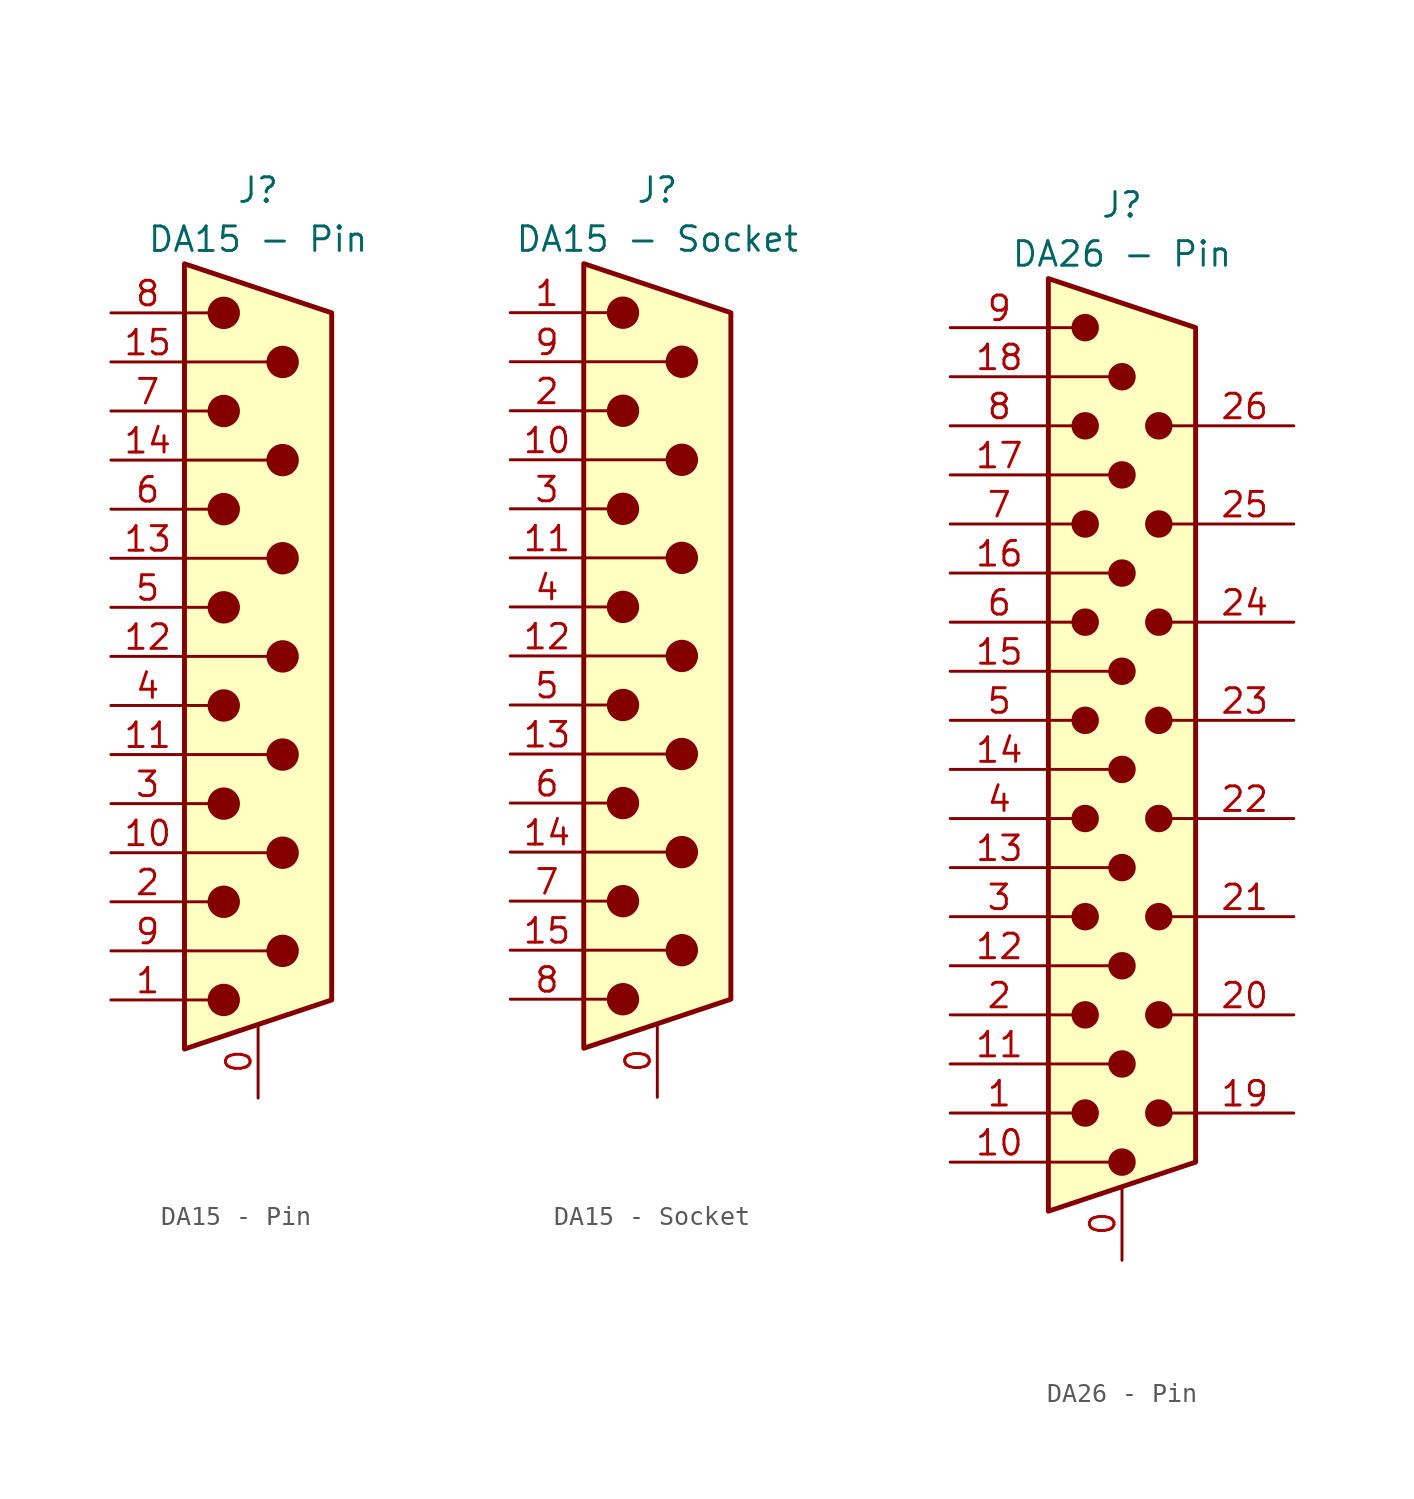
<source format=kicad_sym>
(kicad_symbol_lib
  (version 20211014)
  (generator kicad_symbol_editor)
  (symbol "DA15 - Pin"
    (pin_names
      (offset 1.016) hide)
    (property "Reference" "J"
      (at 0 24.13 0)
      (effects (font (size 1.27 1.27))))
    (property "Value" "DA15 - Pin"
      (at 0 21.59 0)
      (effects (font (size 1.27 1.27))))
    (symbol "DA15 - Pin_0_1"
      (circle (center -1.778 -17.78) (radius 0.762) (stroke (width 0) (type default) (color 0 0 0 0)) (fill (type outline)))
      (circle (center -1.778 -12.7) (radius 0.762) (stroke (width 0) (type default) (color 0 0 0 0)) (fill (type outline)))
      (circle (center -1.778 -7.62) (radius 0.762) (stroke (width 0) (type default) (color 0 0 0 0)) (fill (type outline)))
      (circle (center -1.778 -2.54) (radius 0.762) (stroke (width 0) (type default) (color 0 0 0 0)) (fill (type outline)))
      (circle (center -1.778 2.54) (radius 0.762) (stroke (width 0) (type default) (color 0 0 0 0)) (fill (type outline)))
      (circle (center -1.778 7.62) (radius 0.762) (stroke (width 0) (type default) (color 0 0 0 0)) (fill (type outline)))
      (circle (center -1.778 12.7) (radius 0.762) (stroke (width 0) (type default) (color 0 0 0 0)) (fill (type outline)))
      (circle (center -1.778 17.78) (radius 0.762) (stroke (width 0) (type default) (color 0 0 0 0)) (fill (type outline)))
      (polyline (pts (xy -3.81 -17.78) (xy -1.27 -17.78)) (stroke (width 0) (type default) (color 0 0 0 0)) (fill (type none)))
      (polyline (pts (xy -3.81 -15.24) (xy 1.27 -15.24)) (stroke (width 0) (type default) (color 0 0 0 0)) (fill (type none)))
      (polyline (pts (xy -3.81 -12.7) (xy -1.27 -12.7)) (stroke (width 0) (type default) (color 0 0 0 0)) (fill (type none)))
      (polyline (pts (xy -3.81 -10.16) (xy 1.27 -10.16)) (stroke (width 0) (type default) (color 0 0 0 0)) (fill (type none)))
      (polyline (pts (xy -3.81 -7.62) (xy -1.27 -7.62)) (stroke (width 0) (type default) (color 0 0 0 0)) (fill (type none)))
      (polyline (pts (xy -3.81 -5.08) (xy 1.27 -5.08)) (stroke (width 0) (type default) (color 0 0 0 0)) (fill (type none)))
      (polyline (pts (xy -3.81 -2.54) (xy -1.27 -2.54)) (stroke (width 0) (type default) (color 0 0 0 0)) (fill (type none)))
      (polyline (pts (xy -3.81 0) (xy 1.27 0)) (stroke (width 0) (type default) (color 0 0 0 0)) (fill (type none)))
      (polyline (pts (xy -3.81 2.54) (xy -1.27 2.54)) (stroke (width 0) (type default) (color 0 0 0 0)) (fill (type none)))
      (polyline (pts (xy -3.81 5.08) (xy 1.27 5.08)) (stroke (width 0) (type default) (color 0 0 0 0)) (fill (type none)))
      (polyline (pts (xy -3.81 7.62) (xy -1.27 7.62)) (stroke (width 0) (type default) (color 0 0 0 0)) (fill (type none)))
      (polyline (pts (xy -3.81 10.16) (xy 1.27 10.16)) (stroke (width 0) (type default) (color 0 0 0 0)) (fill (type none)))
      (polyline (pts (xy -3.81 12.7) (xy -1.27 12.7)) (stroke (width 0) (type default) (color 0 0 0 0)) (fill (type none)))
      (polyline (pts (xy -3.81 15.24) (xy 1.27 15.24)) (stroke (width 0) (type default) (color 0 0 0 0)) (fill (type none)))
      (polyline (pts (xy -3.81 17.78) (xy -1.27 17.78)) (stroke (width 0) (type default) (color 0 0 0 0)) (fill (type none)))
      (polyline (pts (xy -3.81 20.32) (xy -3.81 -20.32) (xy 3.81 -17.78) (xy 3.81 17.78) (xy -3.81 20.32)) (stroke (width 0.254) (type default) (color 0 0 0 0)) (fill (type background)))
      (circle (center 1.27 -15.24) (radius 0.762) (stroke (width 0) (type default) (color 0 0 0 0)) (fill (type outline)))
      (circle (center 1.27 -10.16) (radius 0.762) (stroke (width 0) (type default) (color 0 0 0 0)) (fill (type outline)))
      (circle (center 1.27 -5.08) (radius 0.762) (stroke (width 0) (type default) (color 0 0 0 0)) (fill (type outline)))
      (circle (center 1.27 0) (radius 0.762) (stroke (width 0) (type default) (color 0 0 0 0)) (fill (type outline)))
      (circle (center 1.27 5.08) (radius 0.762) (stroke (width 0) (type default) (color 0 0 0 0)) (fill (type outline)))
      (circle (center 1.27 10.16) (radius 0.762) (stroke (width 0) (type default) (color 0 0 0 0)) (fill (type outline)))
      (circle (center 1.27 15.24) (radius 0.762) (stroke (width 0) (type default) (color 0 0 0 0)) (fill (type outline))))
    (symbol "DA15 - Pin_1_1"
      (pin passive line (at 0 -22.86 90) (length 3.81) (name "0" (effects (font (size 1.27 1.27)))) (number "0" (effects (font (size 1.27 1.27)))))
      (pin passive line (at -7.62 -17.78 0) (length 3.81) (name "1" (effects (font (size 1.27 1.27)))) (number "1" (effects (font (size 1.27 1.27)))))
      (pin passive line (at -7.62 -10.16 0) (length 3.81) (name "10" (effects (font (size 1.27 1.27)))) (number "10" (effects (font (size 1.27 1.27)))))
      (pin passive line (at -7.62 -5.08 0) (length 3.81) (name "11" (effects (font (size 1.27 1.27)))) (number "11" (effects (font (size 1.27 1.27)))))
      (pin passive line (at -7.62 0 0) (length 3.81) (name "12" (effects (font (size 1.27 1.27)))) (number "12" (effects (font (size 1.27 1.27)))))
      (pin passive line (at -7.62 5.08 0) (length 3.81) (name "13" (effects (font (size 1.27 1.27)))) (number "13" (effects (font (size 1.27 1.27)))))
      (pin passive line (at -7.62 10.16 0) (length 3.81) (name "14" (effects (font (size 1.27 1.27)))) (number "14" (effects (font (size 1.27 1.27)))))
      (pin passive line (at -7.62 15.24 0) (length 3.81) (name "15" (effects (font (size 1.27 1.27)))) (number "15" (effects (font (size 1.27 1.27)))))
      (pin passive line (at -7.62 -12.7 0) (length 3.81) (name "2" (effects (font (size 1.27 1.27)))) (number "2" (effects (font (size 1.27 1.27)))))
      (pin passive line (at -7.62 -7.62 0) (length 3.81) (name "3" (effects (font (size 1.27 1.27)))) (number "3" (effects (font (size 1.27 1.27)))))
      (pin passive line (at -7.62 -2.54 0) (length 3.81) (name "4" (effects (font (size 1.27 1.27)))) (number "4" (effects (font (size 1.27 1.27)))))
      (pin passive line (at -7.62 2.54 0) (length 3.81) (name "5" (effects (font (size 1.27 1.27)))) (number "5" (effects (font (size 1.27 1.27)))))
      (pin passive line (at -7.62 7.62 0) (length 3.81) (name "6" (effects (font (size 1.27 1.27)))) (number "6" (effects (font (size 1.27 1.27)))))
      (pin passive line (at -7.62 12.7 0) (length 3.81) (name "7" (effects (font (size 1.27 1.27)))) (number "7" (effects (font (size 1.27 1.27)))))
      (pin passive line (at -7.62 17.78 0) (length 3.81) (name "8" (effects (font (size 1.27 1.27)))) (number "8" (effects (font (size 1.27 1.27)))))
      (pin passive line (at -7.62 -15.24 0) (length 3.81) (name "9" (effects (font (size 1.27 1.27)))) (number "9" (effects (font (size 1.27 1.27)))))))
  (symbol "DA15 - Socket"
    (pin_names
      (offset 1.016) hide)
    (property "Reference" "J"
      (at 0 24.13 0)
      (effects (font (size 1.27 1.27))))
    (property "Value" "DA15 - Socket"
      (at 0 21.59 0)
      (effects (font (size 1.27 1.27))))
    (symbol "DA15 - Socket_0_1"
      (circle (center -1.778 -17.78) (radius 0.762) (stroke (width 0) (type default) (color 0 0 0 0)) (fill (type outline)))
      (circle (center -1.778 -12.7) (radius 0.762) (stroke (width 0) (type default) (color 0 0 0 0)) (fill (type outline)))
      (circle (center -1.778 -7.62) (radius 0.762) (stroke (width 0) (type default) (color 0 0 0 0)) (fill (type outline)))
      (circle (center -1.778 -2.54) (radius 0.762) (stroke (width 0) (type default) (color 0 0 0 0)) (fill (type outline)))
      (circle (center -1.778 2.54) (radius 0.762) (stroke (width 0) (type default) (color 0 0 0 0)) (fill (type outline)))
      (circle (center -1.778 7.62) (radius 0.762) (stroke (width 0) (type default) (color 0 0 0 0)) (fill (type outline)))
      (circle (center -1.778 12.7) (radius 0.762) (stroke (width 0) (type default) (color 0 0 0 0)) (fill (type outline)))
      (circle (center -1.778 17.78) (radius 0.762) (stroke (width 0) (type default) (color 0 0 0 0)) (fill (type outline)))
      (polyline (pts (xy -3.81 -17.78) (xy -1.27 -17.78)) (stroke (width 0) (type default) (color 0 0 0 0)) (fill (type none)))
      (polyline (pts (xy -3.81 -15.24) (xy 1.27 -15.24)) (stroke (width 0) (type default) (color 0 0 0 0)) (fill (type none)))
      (polyline (pts (xy -3.81 -12.7) (xy -1.27 -12.7)) (stroke (width 0) (type default) (color 0 0 0 0)) (fill (type none)))
      (polyline (pts (xy -3.81 -10.16) (xy 1.27 -10.16)) (stroke (width 0) (type default) (color 0 0 0 0)) (fill (type none)))
      (polyline (pts (xy -3.81 -7.62) (xy -1.27 -7.62)) (stroke (width 0) (type default) (color 0 0 0 0)) (fill (type none)))
      (polyline (pts (xy -3.81 -5.08) (xy 1.27 -5.08)) (stroke (width 0) (type default) (color 0 0 0 0)) (fill (type none)))
      (polyline (pts (xy -3.81 -2.54) (xy -1.27 -2.54)) (stroke (width 0) (type default) (color 0 0 0 0)) (fill (type none)))
      (polyline (pts (xy -3.81 0) (xy 1.27 0)) (stroke (width 0) (type default) (color 0 0 0 0)) (fill (type none)))
      (polyline (pts (xy -3.81 2.54) (xy -1.27 2.54)) (stroke (width 0) (type default) (color 0 0 0 0)) (fill (type none)))
      (polyline (pts (xy -3.81 5.08) (xy 1.27 5.08)) (stroke (width 0) (type default) (color 0 0 0 0)) (fill (type none)))
      (polyline (pts (xy -3.81 7.62) (xy -1.27 7.62)) (stroke (width 0) (type default) (color 0 0 0 0)) (fill (type none)))
      (polyline (pts (xy -3.81 10.16) (xy 1.27 10.16)) (stroke (width 0) (type default) (color 0 0 0 0)) (fill (type none)))
      (polyline (pts (xy -3.81 12.7) (xy -1.27 12.7)) (stroke (width 0) (type default) (color 0 0 0 0)) (fill (type none)))
      (polyline (pts (xy -3.81 15.24) (xy 1.27 15.24)) (stroke (width 0) (type default) (color 0 0 0 0)) (fill (type none)))
      (polyline (pts (xy -3.81 17.78) (xy -1.27 17.78)) (stroke (width 0) (type default) (color 0 0 0 0)) (fill (type none)))
      (polyline (pts (xy -3.81 20.32) (xy -3.81 -20.32) (xy 3.81 -17.78) (xy 3.81 17.78) (xy -3.81 20.32)) (stroke (width 0.254) (type default) (color 0 0 0 0)) (fill (type background)))
      (circle (center 1.27 -15.24) (radius 0.762) (stroke (width 0) (type default) (color 0 0 0 0)) (fill (type outline)))
      (circle (center 1.27 -10.16) (radius 0.762) (stroke (width 0) (type default) (color 0 0 0 0)) (fill (type outline)))
      (circle (center 1.27 -5.08) (radius 0.762) (stroke (width 0) (type default) (color 0 0 0 0)) (fill (type outline)))
      (circle (center 1.27 0) (radius 0.762) (stroke (width 0) (type default) (color 0 0 0 0)) (fill (type outline)))
      (circle (center 1.27 5.08) (radius 0.762) (stroke (width 0) (type default) (color 0 0 0 0)) (fill (type outline)))
      (circle (center 1.27 10.16) (radius 0.762) (stroke (width 0) (type default) (color 0 0 0 0)) (fill (type outline)))
      (circle (center 1.27 15.24) (radius 0.762) (stroke (width 0) (type default) (color 0 0 0 0)) (fill (type outline))))
    (symbol "DA15 - Socket_1_1"
      (pin passive line (at 0 -22.86 90) (length 3.81) (name "0" (effects (font (size 1.27 1.27)))) (number "0" (effects (font (size 1.27 1.27)))))
      (pin passive line (at -7.62 17.78 0) (length 3.81) (name "1" (effects (font (size 1.27 1.27)))) (number "1" (effects (font (size 1.27 1.27)))))
      (pin passive line (at -7.62 10.16 0) (length 3.81) (name "10" (effects (font (size 1.27 1.27)))) (number "10" (effects (font (size 1.27 1.27)))))
      (pin passive line (at -7.62 5.08 0) (length 3.81) (name "11" (effects (font (size 1.27 1.27)))) (number "11" (effects (font (size 1.27 1.27)))))
      (pin passive line (at -7.62 0 0) (length 3.81) (name "12" (effects (font (size 1.27 1.27)))) (number "12" (effects (font (size 1.27 1.27)))))
      (pin passive line (at -7.62 -5.08 0) (length 3.81) (name "13" (effects (font (size 1.27 1.27)))) (number "13" (effects (font (size 1.27 1.27)))))
      (pin passive line (at -7.62 -10.16 0) (length 3.81) (name "14" (effects (font (size 1.27 1.27)))) (number "14" (effects (font (size 1.27 1.27)))))
      (pin passive line (at -7.62 -15.24 0) (length 3.81) (name "15" (effects (font (size 1.27 1.27)))) (number "15" (effects (font (size 1.27 1.27)))))
      (pin passive line (at -7.62 12.7 0) (length 3.81) (name "2" (effects (font (size 1.27 1.27)))) (number "2" (effects (font (size 1.27 1.27)))))
      (pin passive line (at -7.62 7.62 0) (length 3.81) (name "3" (effects (font (size 1.27 1.27)))) (number "3" (effects (font (size 1.27 1.27)))))
      (pin passive line (at -7.62 2.54 0) (length 3.81) (name "4" (effects (font (size 1.27 1.27)))) (number "4" (effects (font (size 1.27 1.27)))))
      (pin passive line (at -7.62 -2.54 0) (length 3.81) (name "5" (effects (font (size 1.27 1.27)))) (number "5" (effects (font (size 1.27 1.27)))))
      (pin passive line (at -7.62 -7.62 0) (length 3.81) (name "6" (effects (font (size 1.27 1.27)))) (number "6" (effects (font (size 1.27 1.27)))))
      (pin passive line (at -7.62 -12.7 0) (length 3.81) (name "7" (effects (font (size 1.27 1.27)))) (number "7" (effects (font (size 1.27 1.27)))))
      (pin passive line (at -7.62 -17.78 0) (length 3.81) (name "8" (effects (font (size 1.27 1.27)))) (number "8" (effects (font (size 1.27 1.27)))))
      (pin passive line (at -7.62 15.24 0) (length 3.81) (name "9" (effects (font (size 1.27 1.27)))) (number "9" (effects (font (size 1.27 1.27)))))))
  (symbol "DA26 - Pin"
    (pin_names
      (offset 1.016) hide)
    (property "Reference" "J"
      (at 0 26.67 0)
      (effects (font (size 1.27 1.27))))
    (property "Value" "DA26 - Pin"
      (at 0 24.13 0)
      (effects (font (size 1.27 1.27))))
    (symbol "DA26 - Pin_0_1"
      (circle (center -1.905 -20.32) (radius 0.635) (stroke (width 0) (type default) (color 0 0 0 0)) (fill (type outline)))
      (circle (center -1.905 -15.24) (radius 0.635) (stroke (width 0) (type default) (color 0 0 0 0)) (fill (type outline)))
      (circle (center -1.905 -10.16) (radius 0.635) (stroke (width 0) (type default) (color 0 0 0 0)) (fill (type outline)))
      (circle (center -1.905 -5.08) (radius 0.635) (stroke (width 0) (type default) (color 0 0 0 0)) (fill (type outline)))
      (circle (center -1.905 0) (radius 0.635) (stroke (width 0) (type default) (color 0 0 0 0)) (fill (type outline)))
      (circle (center -1.905 5.08) (radius 0.635) (stroke (width 0) (type default) (color 0 0 0 0)) (fill (type outline)))
      (circle (center -1.905 10.16) (radius 0.635) (stroke (width 0) (type default) (color 0 0 0 0)) (fill (type outline)))
      (circle (center -1.905 15.24) (radius 0.635) (stroke (width 0) (type default) (color 0 0 0 0)) (fill (type outline)))
      (circle (center -1.905 20.32) (radius 0.635) (stroke (width 0) (type default) (color 0 0 0 0)) (fill (type outline)))
      (circle (center 0 -22.86) (radius 0.635) (stroke (width 0) (type default) (color 0 0 0 0)) (fill (type outline)))
      (circle (center 0 -17.78) (radius 0.635) (stroke (width 0) (type default) (color 0 0 0 0)) (fill (type outline)))
      (circle (center 0 -12.7) (radius 0.635) (stroke (width 0) (type default) (color 0 0 0 0)) (fill (type outline)))
      (circle (center 0 -7.62) (radius 0.635) (stroke (width 0) (type default) (color 0 0 0 0)) (fill (type outline)))
      (circle (center 0 -2.54) (radius 0.635) (stroke (width 0) (type default) (color 0 0 0 0)) (fill (type outline)))
      (polyline (pts (xy -2.54 -20.32) (xy -3.81 -20.32)) (stroke (width 0) (type default) (color 0 0 0 0)) (fill (type none)))
      (polyline (pts (xy -2.54 -15.24) (xy -3.81 -15.24)) (stroke (width 0) (type default) (color 0 0 0 0)) (fill (type none)))
      (polyline (pts (xy -2.54 -10.16) (xy -3.81 -10.16)) (stroke (width 0) (type default) (color 0 0 0 0)) (fill (type none)))
      (polyline (pts (xy -2.54 -5.08) (xy -3.81 -5.08)) (stroke (width 0) (type default) (color 0 0 0 0)) (fill (type none)))
      (polyline (pts (xy -2.54 0) (xy -3.81 0)) (stroke (width 0) (type default) (color 0 0 0 0)) (fill (type none)))
      (polyline (pts (xy -2.54 5.08) (xy -3.81 5.08)) (stroke (width 0) (type default) (color 0 0 0 0)) (fill (type none)))
      (polyline (pts (xy -2.54 10.16) (xy -3.81 10.16)) (stroke (width 0) (type default) (color 0 0 0 0)) (fill (type none)))
      (polyline (pts (xy -2.54 15.24) (xy -3.81 15.24)) (stroke (width 0) (type default) (color 0 0 0 0)) (fill (type none)))
      (polyline (pts (xy -2.54 20.32) (xy -3.81 20.32)) (stroke (width 0) (type default) (color 0 0 0 0)) (fill (type none)))
      (polyline (pts (xy 0 -22.86) (xy -3.81 -22.86)) (stroke (width 0) (type default) (color 0 0 0 0)) (fill (type none)))
      (polyline (pts (xy 0 -17.78) (xy -3.81 -17.78)) (stroke (width 0) (type default) (color 0 0 0 0)) (fill (type none)))
      (polyline (pts (xy 0 -12.7) (xy -3.81 -12.7)) (stroke (width 0) (type default) (color 0 0 0 0)) (fill (type none)))
      (polyline (pts (xy 0 -7.62) (xy -3.81 -7.62)) (stroke (width 0) (type default) (color 0 0 0 0)) (fill (type none)))
      (polyline (pts (xy 0 -2.54) (xy -3.81 -2.54)) (stroke (width 0) (type default) (color 0 0 0 0)) (fill (type none)))
      (polyline (pts (xy 0 2.54) (xy -3.81 2.54)) (stroke (width 0) (type default) (color 0 0 0 0)) (fill (type none)))
      (polyline (pts (xy 0 7.62) (xy -3.81 7.62)) (stroke (width 0) (type default) (color 0 0 0 0)) (fill (type none)))
      (polyline (pts (xy 0 12.7) (xy -3.81 12.7)) (stroke (width 0) (type default) (color 0 0 0 0)) (fill (type none)))
      (polyline (pts (xy 0 17.78) (xy -3.81 17.78)) (stroke (width 0) (type default) (color 0 0 0 0)) (fill (type none)))
      (polyline (pts (xy 3.81 -20.32) (xy 2.54 -20.32)) (stroke (width 0) (type default) (color 0 0 0 0)) (fill (type none)))
      (polyline (pts (xy 3.81 -15.24) (xy 2.54 -15.24)) (stroke (width 0) (type default) (color 0 0 0 0)) (fill (type none)))
      (polyline (pts (xy 3.81 -10.16) (xy 2.54 -10.16)) (stroke (width 0) (type default) (color 0 0 0 0)) (fill (type none)))
      (polyline (pts (xy 3.81 -5.08) (xy 2.54 -5.08)) (stroke (width 0) (type default) (color 0 0 0 0)) (fill (type none)))
      (polyline (pts (xy 3.81 0) (xy 2.54 0)) (stroke (width 0) (type default) (color 0 0 0 0)) (fill (type none)))
      (polyline (pts (xy 3.81 5.08) (xy 2.54 5.08)) (stroke (width 0) (type default) (color 0 0 0 0)) (fill (type none)))
      (polyline (pts (xy 3.81 10.16) (xy 2.54 10.16)) (stroke (width 0) (type default) (color 0 0 0 0)) (fill (type none)))
      (polyline (pts (xy 3.81 15.24) (xy 2.54 15.24)) (stroke (width 0) (type default) (color 0 0 0 0)) (fill (type none)))
      (polyline (pts (xy -3.81 22.86) (xy -3.81 -25.4) (xy 3.81 -22.86) (xy 3.81 20.32) (xy -3.81 22.86)) (stroke (width 0.254) (type default) (color 0 0 0 0)) (fill (type background)))
      (circle (center 0 2.54) (radius 0.635) (stroke (width 0) (type default) (color 0 0 0 0)) (fill (type outline)))
      (circle (center 0 7.62) (radius 0.635) (stroke (width 0) (type default) (color 0 0 0 0)) (fill (type outline)))
      (circle (center 0 12.7) (radius 0.635) (stroke (width 0) (type default) (color 0 0 0 0)) (fill (type outline)))
      (circle (center 0 17.78) (radius 0.635) (stroke (width 0) (type default) (color 0 0 0 0)) (fill (type outline)))
      (circle (center 1.905 -20.32) (radius 0.635) (stroke (width 0) (type default) (color 0 0 0 0)) (fill (type outline)))
      (circle (center 1.905 -15.24) (radius 0.635) (stroke (width 0) (type default) (color 0 0 0 0)) (fill (type outline)))
      (circle (center 1.905 -10.16) (radius 0.635) (stroke (width 0) (type default) (color 0 0 0 0)) (fill (type outline)))
      (circle (center 1.905 -5.08) (radius 0.635) (stroke (width 0) (type default) (color 0 0 0 0)) (fill (type outline)))
      (circle (center 1.905 0) (radius 0.635) (stroke (width 0) (type default) (color 0 0 0 0)) (fill (type outline)))
      (circle (center 1.905 5.08) (radius 0.635) (stroke (width 0) (type default) (color 0 0 0 0)) (fill (type outline)))
      (circle (center 1.905 10.16) (radius 0.635) (stroke (width 0) (type default) (color 0 0 0 0)) (fill (type outline)))
      (circle (center 1.905 15.24) (radius 0.635) (stroke (width 0) (type default) (color 0 0 0 0)) (fill (type outline))))
    (symbol "DA26 - Pin_1_1"
      (pin passive line (at 0 -27.94 90) (length 3.81) (name "0" (effects (font (size 1.27 1.27)))) (number "0" (effects (font (size 1.27 1.27)))))
      (pin passive line (at -8.89 -20.32 0) (length 5.08) (name "1" (effects (font (size 1.27 1.27)))) (number "1" (effects (font (size 1.27 1.27)))))
      (pin passive line (at -8.89 -22.86 0) (length 5.08) (name "10" (effects (font (size 1.27 1.27)))) (number "10" (effects (font (size 1.27 1.27)))))
      (pin passive line (at -8.89 -17.78 0) (length 5.08) (name "11" (effects (font (size 1.27 1.27)))) (number "11" (effects (font (size 1.27 1.27)))))
      (pin passive line (at -8.89 -12.7 0) (length 5.08) (name "12" (effects (font (size 1.27 1.27)))) (number "12" (effects (font (size 1.27 1.27)))))
      (pin passive line (at -8.89 -7.62 0) (length 5.08) (name "13" (effects (font (size 1.27 1.27)))) (number "13" (effects (font (size 1.27 1.27)))))
      (pin passive line (at -8.89 -2.54 0) (length 5.08) (name "14" (effects (font (size 1.27 1.27)))) (number "14" (effects (font (size 1.27 1.27)))))
      (pin passive line (at -8.89 2.54 0) (length 5.08) (name "15" (effects (font (size 1.27 1.27)))) (number "15" (effects (font (size 1.27 1.27)))))
      (pin passive line (at -8.89 7.62 0) (length 5.08) (name "16" (effects (font (size 1.27 1.27)))) (number "16" (effects (font (size 1.27 1.27)))))
      (pin passive line (at -8.89 12.7 0) (length 5.08) (name "17" (effects (font (size 1.27 1.27)))) (number "17" (effects (font (size 1.27 1.27)))))
      (pin passive line (at -8.89 17.78 0) (length 5.08) (name "18" (effects (font (size 1.27 1.27)))) (number "18" (effects (font (size 1.27 1.27)))))
      (pin passive line (at 8.89 -20.32 180) (length 5.08) (name "19" (effects (font (size 1.27 1.27)))) (number "19" (effects (font (size 1.27 1.27)))))
      (pin passive line (at -8.89 -15.24 0) (length 5.08) (name "2" (effects (font (size 1.27 1.27)))) (number "2" (effects (font (size 1.27 1.27)))))
      (pin passive line (at 8.89 -15.24 180) (length 5.08) (name "20" (effects (font (size 1.27 1.27)))) (number "20" (effects (font (size 1.27 1.27)))))
      (pin passive line (at 8.89 -10.16 180) (length 5.08) (name "21" (effects (font (size 1.27 1.27)))) (number "21" (effects (font (size 1.27 1.27)))))
      (pin passive line (at 8.89 -5.08 180) (length 5.08) (name "22" (effects (font (size 1.27 1.27)))) (number "22" (effects (font (size 1.27 1.27)))))
      (pin passive line (at 8.89 0 180) (length 5.08) (name "23" (effects (font (size 1.27 1.27)))) (number "23" (effects (font (size 1.27 1.27)))))
      (pin passive line (at 8.89 5.08 180) (length 5.08) (name "24" (effects (font (size 1.27 1.27)))) (number "24" (effects (font (size 1.27 1.27)))))
      (pin passive line (at 8.89 10.16 180) (length 5.08) (name "25" (effects (font (size 1.27 1.27)))) (number "25" (effects (font (size 1.27 1.27)))))
      (pin passive line (at 8.89 15.24 180) (length 5.08) (name "26" (effects (font (size 1.27 1.27)))) (number "26" (effects (font (size 1.27 1.27)))))
      (pin passive line (at -8.89 -10.16 0) (length 5.08) (name "3" (effects (font (size 1.27 1.27)))) (number "3" (effects (font (size 1.27 1.27)))))
      (pin passive line (at -8.89 -5.08 0) (length 5.08) (name "4" (effects (font (size 1.27 1.27)))) (number "4" (effects (font (size 1.27 1.27)))))
      (pin passive line (at -8.89 0 0) (length 5.08) (name "5" (effects (font (size 1.27 1.27)))) (number "5" (effects (font (size 1.27 1.27)))))
      (pin passive line (at -8.89 5.08 0) (length 5.08) (name "6" (effects (font (size 1.27 1.27)))) (number "6" (effects (font (size 1.27 1.27)))))
      (pin passive line (at -8.89 10.16 0) (length 5.08) (name "7" (effects (font (size 1.27 1.27)))) (number "7" (effects (font (size 1.27 1.27)))))
      (pin passive line (at -8.89 15.24 0) (length 5.08) (name "8" (effects (font (size 1.27 1.27)))) (number "8" (effects (font (size 1.27 1.27)))))
      (pin passive line (at -8.89 20.32 0) (length 5.08) (name "9" (effects (font (size 1.27 1.27)))) (number "9" (effects (font (size 1.27 1.27))))))))
</source>
